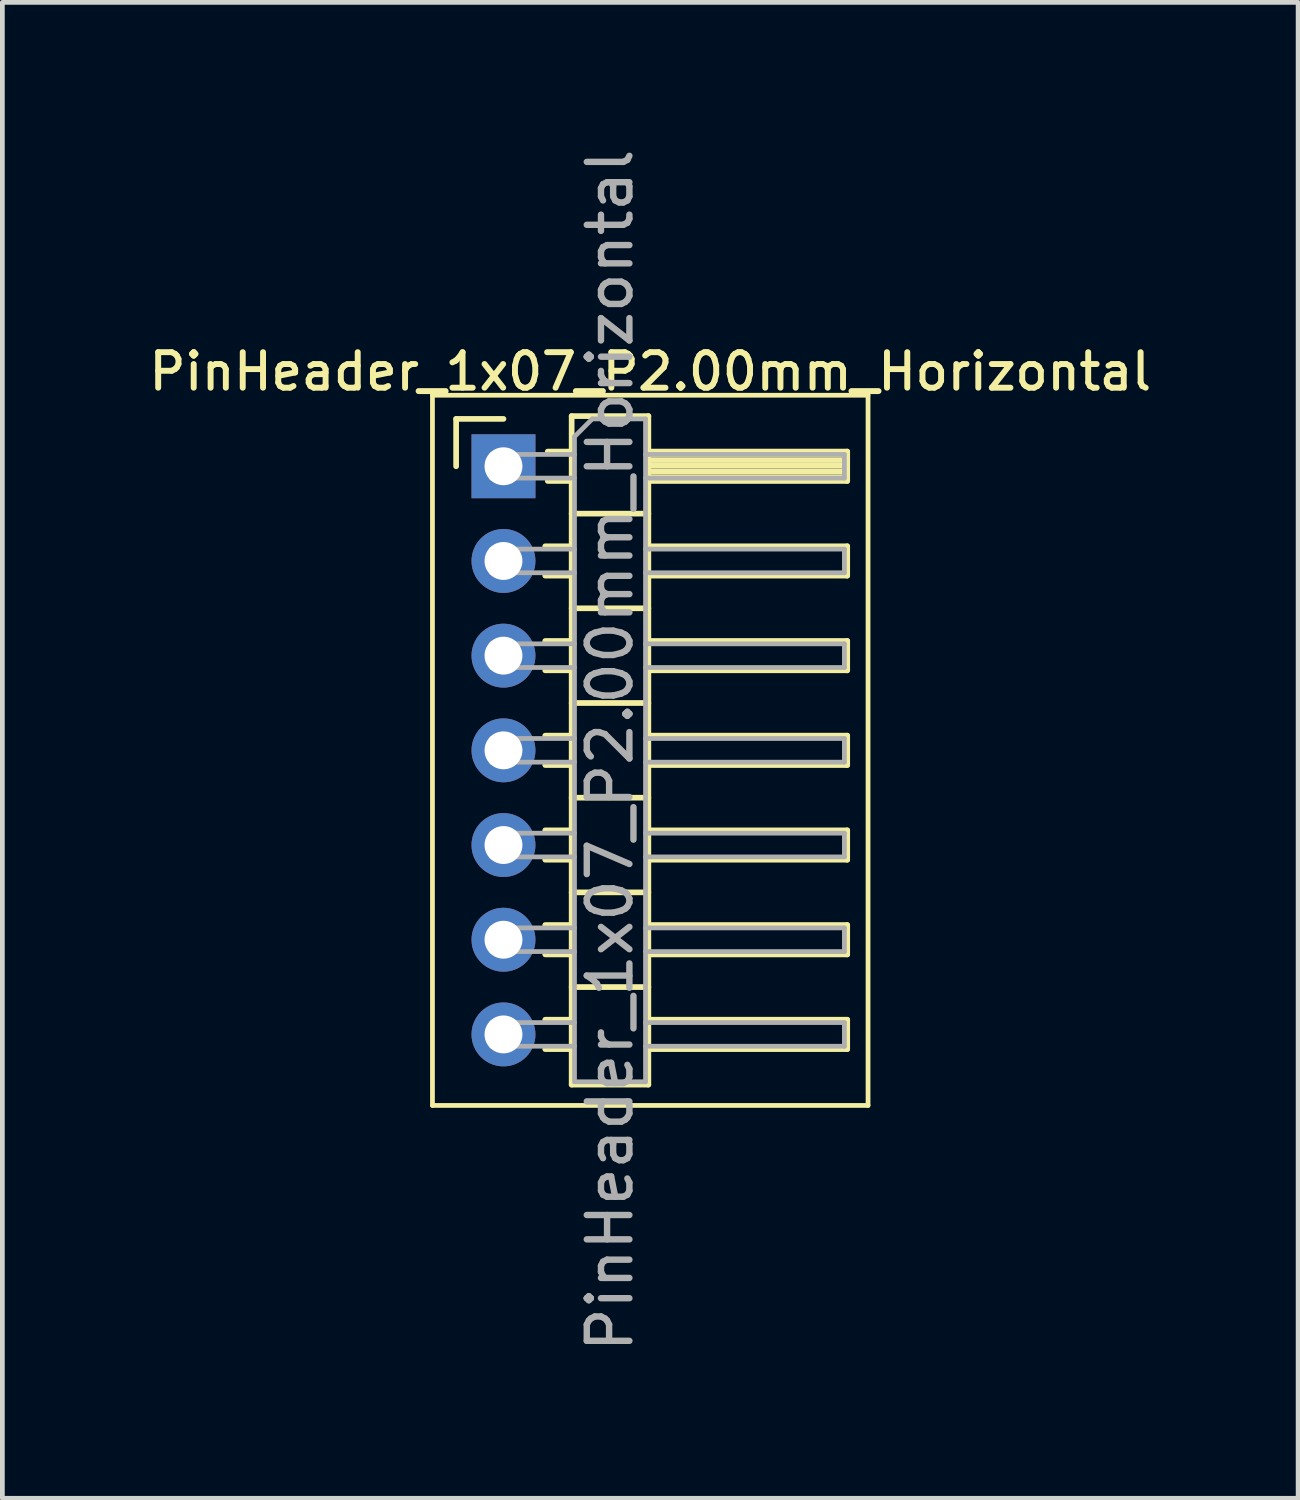
<source format=kicad_pcb>
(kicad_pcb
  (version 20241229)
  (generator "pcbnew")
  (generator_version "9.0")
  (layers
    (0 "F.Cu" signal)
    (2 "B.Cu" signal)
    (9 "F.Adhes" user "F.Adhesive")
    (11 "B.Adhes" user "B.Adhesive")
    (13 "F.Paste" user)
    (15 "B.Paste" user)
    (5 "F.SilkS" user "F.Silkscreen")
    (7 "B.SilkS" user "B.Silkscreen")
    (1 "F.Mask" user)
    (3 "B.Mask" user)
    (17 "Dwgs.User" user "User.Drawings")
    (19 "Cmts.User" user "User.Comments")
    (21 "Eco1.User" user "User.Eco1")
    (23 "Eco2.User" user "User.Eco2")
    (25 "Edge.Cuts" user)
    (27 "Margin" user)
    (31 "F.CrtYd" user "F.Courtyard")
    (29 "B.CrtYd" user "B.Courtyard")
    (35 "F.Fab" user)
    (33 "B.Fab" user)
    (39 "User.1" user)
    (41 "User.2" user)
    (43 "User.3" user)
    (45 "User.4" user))
  (footprint "PinHeader_1x07_P2.00mm_Horizontal"
    (layer "F.Cu")
    (at 7.584 6.798)
    (property "Reference" "PinHeader_1x07_P2.00mm_Horizontal" (at 3.1 -2 0) (layer "F.SilkS") (effects (font (size 0.75 0.75) (thickness 0.125))))
    (attr through_hole)
    (fp_line (start -1.5 -1.5) (end -1.5 13.5) (stroke (width 0.1) (type solid)) (layer "F.SilkS"))
    (fp_line (start -1.5 13.5) (end 7.7 13.5) (stroke (width 0.1) (type solid)) (layer "F.SilkS"))
    (fp_line (start -1 -1) (end 0 -1) (stroke (width 0.12) (type solid)) (layer "F.SilkS"))
    (fp_line (start -1 0) (end -1 -1) (stroke (width 0.12) (type solid)) (layer "F.SilkS"))
    (fp_line (start 0.882 1.69) (end 1.44 1.69) (stroke (width 0.12) (type solid)) (layer "F.SilkS"))
    (fp_line (start 0.882 2.31) (end 1.44 2.31) (stroke (width 0.12) (type solid)) (layer "F.SilkS"))
    (fp_line (start 0.882 3.69) (end 1.44 3.69) (stroke (width 0.12) (type solid)) (layer "F.SilkS"))
    (fp_line (start 0.882 4.31) (end 1.44 4.31) (stroke (width 0.12) (type solid)) (layer "F.SilkS"))
    (fp_line (start 0.882 5.69) (end 1.44 5.69) (stroke (width 0.12) (type solid)) (layer "F.SilkS"))
    (fp_line (start 0.882 6.31) (end 1.44 6.31) (stroke (width 0.12) (type solid)) (layer "F.SilkS"))
    (fp_line (start 0.882 7.69) (end 1.44 7.69) (stroke (width 0.12) (type solid)) (layer "F.SilkS"))
    (fp_line (start 0.882 8.31) (end 1.44 8.31) (stroke (width 0.12) (type solid)) (layer "F.SilkS"))
    (fp_line (start 0.882 9.69) (end 1.44 9.69) (stroke (width 0.12) (type solid)) (layer "F.SilkS"))
    (fp_line (start 0.882 10.31) (end 1.44 10.31) (stroke (width 0.12) (type solid)) (layer "F.SilkS"))
    (fp_line (start 0.882 11.69) (end 1.44 11.69) (stroke (width 0.12) (type solid)) (layer "F.SilkS"))
    (fp_line (start 0.882 12.31) (end 1.44 12.31) (stroke (width 0.12) (type solid)) (layer "F.SilkS"))
    (fp_line (start 0.935 -0.31) (end 1.44 -0.31) (stroke (width 0.12) (type solid)) (layer "F.SilkS"))
    (fp_line (start 0.935 0.31) (end 1.44 0.31) (stroke (width 0.12) (type solid)) (layer "F.SilkS"))
    (fp_line (start 1.44 -1.06) (end 1.44 13.06) (stroke (width 0.12) (type solid)) (layer "F.SilkS"))
    (fp_line (start 1.44 1) (end 3.06 1) (stroke (width 0.12) (type solid)) (layer "F.SilkS"))
    (fp_line (start 1.44 3) (end 3.06 3) (stroke (width 0.12) (type solid)) (layer "F.SilkS"))
    (fp_line (start 1.44 5) (end 3.06 5) (stroke (width 0.12) (type solid)) (layer "F.SilkS"))
    (fp_line (start 1.44 7) (end 3.06 7) (stroke (width 0.12) (type solid)) (layer "F.SilkS"))
    (fp_line (start 1.44 9) (end 3.06 9) (stroke (width 0.12) (type solid)) (layer "F.SilkS"))
    (fp_line (start 1.44 11) (end 3.06 11) (stroke (width 0.12) (type solid)) (layer "F.SilkS"))
    (fp_line (start 1.44 13.06) (end 3.06 13.06) (stroke (width 0.12) (type solid)) (layer "F.SilkS"))
    (fp_line (start 3.06 -1.06) (end 1.44 -1.06) (stroke (width 0.12) (type solid)) (layer "F.SilkS"))
    (fp_line (start 3.06 -0.31) (end 7.26 -0.31) (stroke (width 0.12) (type solid)) (layer "F.SilkS"))
    (fp_line (start 3.06 -0.25) (end 7.26 -0.25) (stroke (width 0.12) (type solid)) (layer "F.SilkS"))
    (fp_line (start 3.06 -0.13) (end 7.26 -0.13) (stroke (width 0.12) (type solid)) (layer "F.SilkS"))
    (fp_line (start 3.06 -0.01) (end 7.26 -0.01) (stroke (width 0.12) (type solid)) (layer "F.SilkS"))
    (fp_line (start 3.06 0.11) (end 7.26 0.11) (stroke (width 0.12) (type solid)) (layer "F.SilkS"))
    (fp_line (start 3.06 0.23) (end 7.26 0.23) (stroke (width 0.12) (type solid)) (layer "F.SilkS"))
    (fp_line (start 3.06 1.69) (end 7.26 1.69) (stroke (width 0.12) (type solid)) (layer "F.SilkS"))
    (fp_line (start 3.06 3.69) (end 7.26 3.69) (stroke (width 0.12) (type solid)) (layer "F.SilkS"))
    (fp_line (start 3.06 5.69) (end 7.26 5.69) (stroke (width 0.12) (type solid)) (layer "F.SilkS"))
    (fp_line (start 3.06 7.69) (end 7.26 7.69) (stroke (width 0.12) (type solid)) (layer "F.SilkS"))
    (fp_line (start 3.06 9.69) (end 7.26 9.69) (stroke (width 0.12) (type solid)) (layer "F.SilkS"))
    (fp_line (start 3.06 11.69) (end 7.26 11.69) (stroke (width 0.12) (type solid)) (layer "F.SilkS"))
    (fp_line (start 3.06 13.06) (end 3.06 -1.06) (stroke (width 0.12) (type solid)) (layer "F.SilkS"))
    (fp_line (start 7.26 -0.31) (end 7.26 0.31) (stroke (width 0.12) (type solid)) (layer "F.SilkS"))
    (fp_line (start 7.26 0.31) (end 3.06 0.31) (stroke (width 0.12) (type solid)) (layer "F.SilkS"))
    (fp_line (start 7.26 1.69) (end 7.26 2.31) (stroke (width 0.12) (type solid)) (layer "F.SilkS"))
    (fp_line (start 7.26 2.31) (end 3.06 2.31) (stroke (width 0.12) (type solid)) (layer "F.SilkS"))
    (fp_line (start 7.26 3.69) (end 7.26 4.31) (stroke (width 0.12) (type solid)) (layer "F.SilkS"))
    (fp_line (start 7.26 4.31) (end 3.06 4.31) (stroke (width 0.12) (type solid)) (layer "F.SilkS"))
    (fp_line (start 7.26 5.69) (end 7.26 6.31) (stroke (width 0.12) (type solid)) (layer "F.SilkS"))
    (fp_line (start 7.26 6.31) (end 3.06 6.31) (stroke (width 0.12) (type solid)) (layer "F.SilkS"))
    (fp_line (start 7.26 7.69) (end 7.26 8.31) (stroke (width 0.12) (type solid)) (layer "F.SilkS"))
    (fp_line (start 7.26 8.31) (end 3.06 8.31) (stroke (width 0.12) (type solid)) (layer "F.SilkS"))
    (fp_line (start 7.26 9.69) (end 7.26 10.31) (stroke (width 0.12) (type solid)) (layer "F.SilkS"))
    (fp_line (start 7.26 10.31) (end 3.06 10.31) (stroke (width 0.12) (type solid)) (layer "F.SilkS"))
    (fp_line (start 7.26 11.69) (end 7.26 12.31) (stroke (width 0.12) (type solid)) (layer "F.SilkS"))
    (fp_line (start 7.26 12.31) (end 3.06 12.31) (stroke (width 0.12) (type solid)) (layer "F.SilkS"))
    (fp_line (start 7.7 -1.5) (end -1.5 -1.5) (stroke (width 0.1) (type solid)) (layer "F.SilkS"))
    (fp_line (start 7.7 13.5) (end 7.7 -1.5) (stroke (width 0.1) (type solid)) (layer "F.SilkS"))
    (fp_line (start -0.25 -0.25) (end -0.25 0.25) (stroke (width 0.1) (type solid)) (layer "F.Fab"))
    (fp_line (start -0.25 -0.25) (end 1.5 -0.25) (stroke (width 0.1) (type solid)) (layer "F.Fab"))
    (fp_line (start -0.25 0.25) (end 1.5 0.25) (stroke (width 0.1) (type solid)) (layer "F.Fab"))
    (fp_line (start -0.25 1.75) (end -0.25 2.25) (stroke (width 0.1) (type solid)) (layer "F.Fab"))
    (fp_line (start -0.25 1.75) (end 1.5 1.75) (stroke (width 0.1) (type solid)) (layer "F.Fab"))
    (fp_line (start -0.25 2.25) (end 1.5 2.25) (stroke (width 0.1) (type solid)) (layer "F.Fab"))
    (fp_line (start -0.25 3.75) (end -0.25 4.25) (stroke (width 0.1) (type solid)) (layer "F.Fab"))
    (fp_line (start -0.25 3.75) (end 1.5 3.75) (stroke (width 0.1) (type solid)) (layer "F.Fab"))
    (fp_line (start -0.25 4.25) (end 1.5 4.25) (stroke (width 0.1) (type solid)) (layer "F.Fab"))
    (fp_line (start -0.25 5.75) (end -0.25 6.25) (stroke (width 0.1) (type solid)) (layer "F.Fab"))
    (fp_line (start -0.25 5.75) (end 1.5 5.75) (stroke (width 0.1) (type solid)) (layer "F.Fab"))
    (fp_line (start -0.25 6.25) (end 1.5 6.25) (stroke (width 0.1) (type solid)) (layer "F.Fab"))
    (fp_line (start -0.25 7.75) (end -0.25 8.25) (stroke (width 0.1) (type solid)) (layer "F.Fab"))
    (fp_line (start -0.25 7.75) (end 1.5 7.75) (stroke (width 0.1) (type solid)) (layer "F.Fab"))
    (fp_line (start -0.25 8.25) (end 1.5 8.25) (stroke (width 0.1) (type solid)) (layer "F.Fab"))
    (fp_line (start -0.25 9.75) (end -0.25 10.25) (stroke (width 0.1) (type solid)) (layer "F.Fab"))
    (fp_line (start -0.25 9.75) (end 1.5 9.75) (stroke (width 0.1) (type solid)) (layer "F.Fab"))
    (fp_line (start -0.25 10.25) (end 1.5 10.25) (stroke (width 0.1) (type solid)) (layer "F.Fab"))
    (fp_line (start -0.25 11.75) (end -0.25 12.25) (stroke (width 0.1) (type solid)) (layer "F.Fab"))
    (fp_line (start -0.25 11.75) (end 1.5 11.75) (stroke (width 0.1) (type solid)) (layer "F.Fab"))
    (fp_line (start -0.25 12.25) (end 1.5 12.25) (stroke (width 0.1) (type solid)) (layer "F.Fab"))
    (fp_line (start 1.5 -0.625) (end 1.875 -1) (stroke (width 0.1) (type solid)) (layer "F.Fab"))
    (fp_line (start 1.5 13) (end 1.5 -0.625) (stroke (width 0.1) (type solid)) (layer "F.Fab"))
    (fp_line (start 1.875 -1) (end 3 -1) (stroke (width 0.1) (type solid)) (layer "F.Fab"))
    (fp_line (start 3 -1) (end 3 13) (stroke (width 0.1) (type solid)) (layer "F.Fab"))
    (fp_line (start 3 -0.25) (end 7.2 -0.25) (stroke (width 0.1) (type solid)) (layer "F.Fab"))
    (fp_line (start 3 0.25) (end 7.2 0.25) (stroke (width 0.1) (type solid)) (layer "F.Fab"))
    (fp_line (start 3 1.75) (end 7.2 1.75) (stroke (width 0.1) (type solid)) (layer "F.Fab"))
    (fp_line (start 3 2.25) (end 7.2 2.25) (stroke (width 0.1) (type solid)) (layer "F.Fab"))
    (fp_line (start 3 3.75) (end 7.2 3.75) (stroke (width 0.1) (type solid)) (layer "F.Fab"))
    (fp_line (start 3 4.25) (end 7.2 4.25) (stroke (width 0.1) (type solid)) (layer "F.Fab"))
    (fp_line (start 3 5.75) (end 7.2 5.75) (stroke (width 0.1) (type solid)) (layer "F.Fab"))
    (fp_line (start 3 6.25) (end 7.2 6.25) (stroke (width 0.1) (type solid)) (layer "F.Fab"))
    (fp_line (start 3 7.75) (end 7.2 7.75) (stroke (width 0.1) (type solid)) (layer "F.Fab"))
    (fp_line (start 3 8.25) (end 7.2 8.25) (stroke (width 0.1) (type solid)) (layer "F.Fab"))
    (fp_line (start 3 9.75) (end 7.2 9.75) (stroke (width 0.1) (type solid)) (layer "F.Fab"))
    (fp_line (start 3 10.25) (end 7.2 10.25) (stroke (width 0.1) (type solid)) (layer "F.Fab"))
    (fp_line (start 3 11.75) (end 7.2 11.75) (stroke (width 0.1) (type solid)) (layer "F.Fab"))
    (fp_line (start 3 12.25) (end 7.2 12.25) (stroke (width 0.1) (type solid)) (layer "F.Fab"))
    (fp_line (start 3 13) (end 1.5 13) (stroke (width 0.1) (type solid)) (layer "F.Fab"))
    (fp_line (start 7.2 -0.25) (end 7.2 0.25) (stroke (width 0.1) (type solid)) (layer "F.Fab"))
    (fp_line (start 7.2 1.75) (end 7.2 2.25) (stroke (width 0.1) (type solid)) (layer "F.Fab"))
    (fp_line (start 7.2 3.75) (end 7.2 4.25) (stroke (width 0.1) (type solid)) (layer "F.Fab"))
    (fp_line (start 7.2 5.75) (end 7.2 6.25) (stroke (width 0.1) (type solid)) (layer "F.Fab"))
    (fp_line (start 7.2 7.75) (end 7.2 8.25) (stroke (width 0.1) (type solid)) (layer "F.Fab"))
    (fp_line (start 7.2 9.75) (end 7.2 10.25) (stroke (width 0.1) (type solid)) (layer "F.Fab"))
    (fp_line (start 7.2 11.75) (end 7.2 12.25) (stroke (width 0.1) (type solid)) (layer "F.Fab"))
    (fp_text user "${REFERENCE}" (at 2.25 6 90) (layer "F.Fab") (effects (font (size 0.9 0.9) (thickness 0.135))))
    (pad "1" thru_hole rect (at 0 0) (size 1.35 1.35) (drill 0.8) (layers "*.Cu" "*.Mask"))
    (pad "2" thru_hole oval (at 0 2) (size 1.35 1.35) (drill 0.8) (layers "*.Cu" "*.Mask"))
    (pad "3" thru_hole oval (at 0 4) (size 1.35 1.35) (drill 0.8) (layers "*.Cu" "*.Mask"))
    (pad "4" thru_hole oval (at 0 6) (size 1.35 1.35) (drill 0.8) (layers "*.Cu" "*.Mask"))
    (pad "5" thru_hole oval (at 0 8) (size 1.35 1.35) (drill 0.8) (layers "*.Cu" "*.Mask"))
    (pad "6" thru_hole oval (at 0 10) (size 1.35 1.35) (drill 0.8) (layers "*.Cu" "*.Mask"))
    (pad "7" thru_hole oval (at 0 12) (size 1.35 1.35) (drill 0.8) (layers "*.Cu" "*.Mask")))
  (gr_rect
    (start -3 -3)
    (end 24.368 28.596)
    (stroke (width 0.1) (type default))
    (fill no)
    (layer "Edge.Cuts")))
</source>
